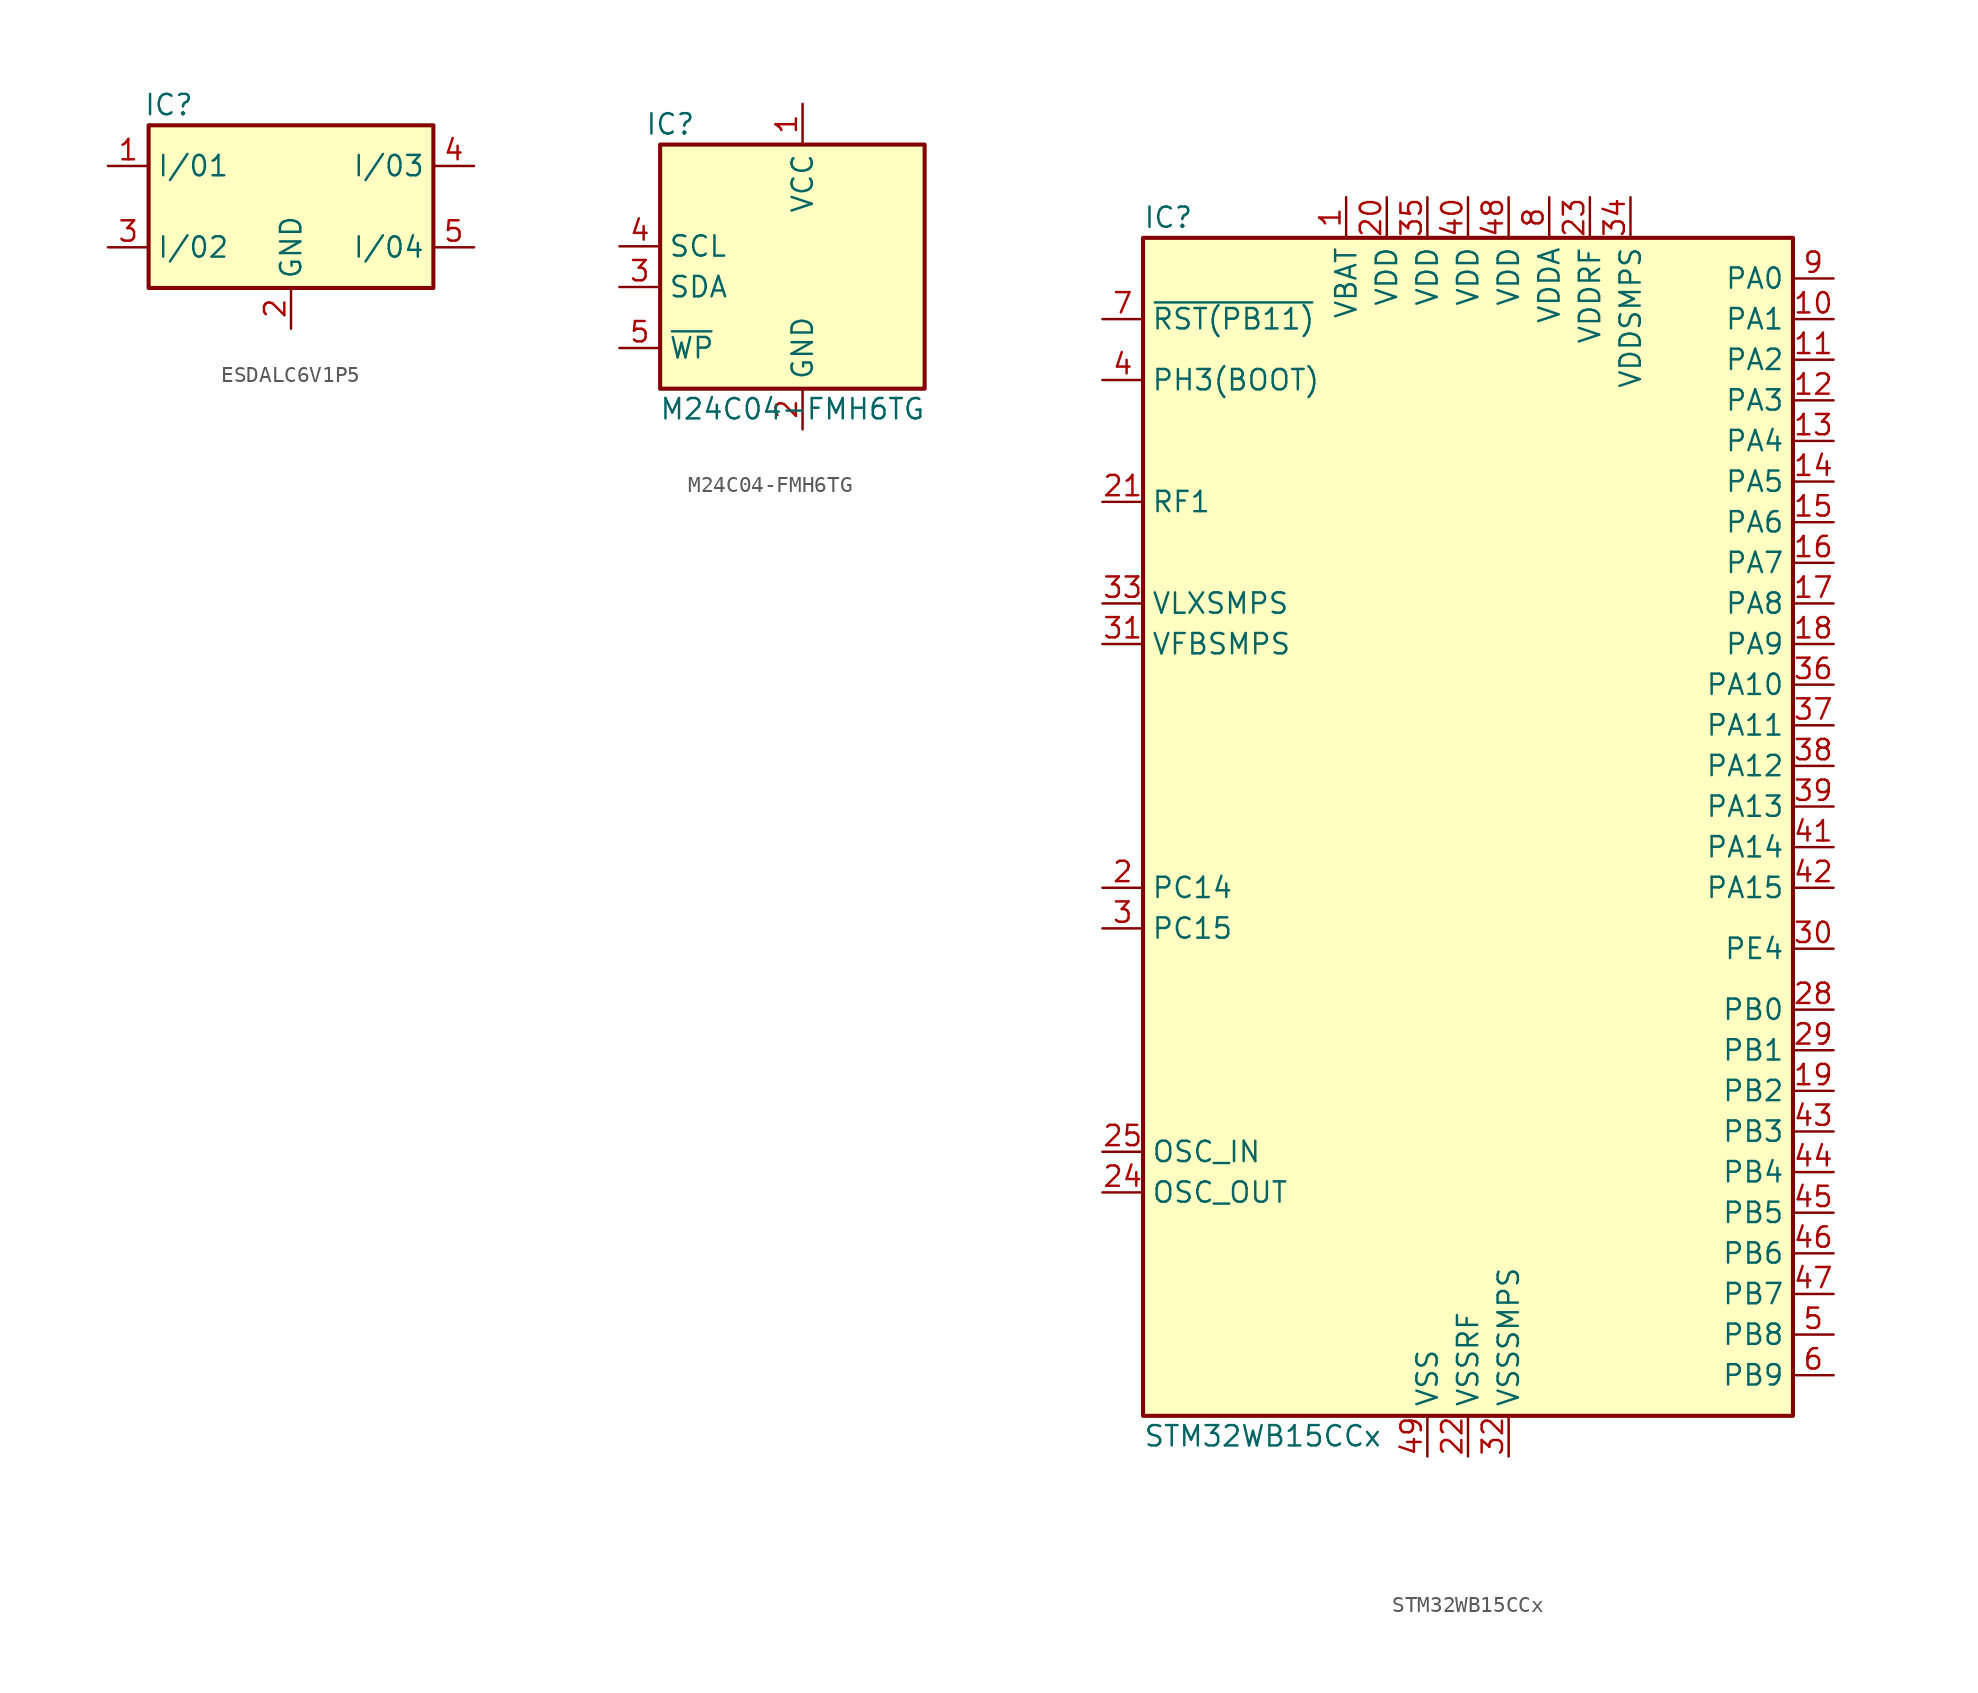
<source format=kicad_sym>
(kicad_symbol_lib
  (version 20231120)
  (generator "kicad_symbol_editor")
  (generator_version "8.0")
  (symbol "ESDALC6V1P5"
    (property "Reference" "IC"
      (at -7.62 6.35 0)
      (effects (font (size 1.27 1.27))))
    (property "Value" ""
      (at 0 0 0)
      (effects (font (size 1.27 1.27))))
    (symbol "ESDALC6V1P5_1_0"
      (pin bidirectional line (at -11.43 2.54 0) (length 2.54) (name "I/01" (effects (font (size 1.27 1.27)))) (number "1" (effects (font (size 1.27 1.27)))))
      (pin power_in line (at 0 -7.62 90) (length 2.54) (name "GND" (effects (font (size 1.27 1.27)))) (number "2" (effects (font (size 1.27 1.27)))))
      (pin bidirectional line (at -11.43 -2.54 0) (length 2.54) (name "I/02" (effects (font (size 1.27 1.27)))) (number "3" (effects (font (size 1.27 1.27)))))
      (pin bidirectional line (at 11.43 2.54 180) (length 2.54) (name "I/03" (effects (font (size 1.27 1.27)))) (number "4" (effects (font (size 1.27 1.27)))))
      (pin bidirectional line (at 11.43 -2.54 180) (length 2.54) (name "I/04" (effects (font (size 1.27 1.27)))) (number "5" (effects (font (size 1.27 1.27))))))
    (symbol "ESDALC6V1P5_1_1"
      (polyline (pts (xy -8.89 5.08) (xy 8.89 5.08) (xy 8.89 -5.08) (xy -8.89 -5.08) (xy -8.89 5.08)) (stroke (width 0.254) (type default)) (fill (type background)))))
  (symbol "M24C04-FMH6TG"
    (property "Reference" "IC"
      (at -8.255 8.89 0)
      (effects (font (size 1.27 1.27))))
    (property "Value" "M24C04-FMH6TG"
      (at -0.635 -8.89 0)
      (effects (font (size 1.27 1.27))))
    (symbol "M24C04-FMH6TG_1_0"
      (pin power_in line (at 0 10.16 270) (length 2.54) (name "VCC" (effects (font (size 1.27 1.27)))) (number "1" (effects (font (size 1.27 1.27)))))
      (pin power_in line (at 0 -10.16 90) (length 2.54) (name "GND" (effects (font (size 1.27 1.27)))) (number "2" (effects (font (size 1.27 1.27)))))
      (pin bidirectional line (at -11.43 -1.27 0) (length 2.54) (name "SDA" (effects (font (size 1.27 1.27)))) (number "3" (effects (font (size 1.27 1.27)))))
      (pin input line (at -11.43 1.27 0) (length 2.54) (name "SCL" (effects (font (size 1.27 1.27)))) (number "4" (effects (font (size 1.27 1.27)))))
      (pin input line (at -11.43 -5.08 0) (length 2.54) (name "~{WP}" (effects (font (size 1.27 1.27)))) (number "5" (effects (font (size 1.27 1.27))))))
    (symbol "M24C04-FMH6TG_1_1"
      (rectangle (start -8.89 7.62) (end 7.62 -7.62) (stroke (width 0.254) (type default)) (fill (type background)))))
  (symbol "STM32WB15CCx"
    (property "Reference" "IC"
      (at -20.32 39.37 0)
      (effects (font (size 1.27 1.27)) (justify left)))
    (property "Value" "STM32WB15CCx"
      (at -20.32 -36.83 0)
      (effects (font (size 1.27 1.27)) (justify left)))
    (symbol "STM32WB15CCx_0_1"
      (rectangle (start -20.32 38.1) (end 20.32 -35.56) (stroke (width 0.254) (type default)) (fill (type background))))
    (symbol "STM32WB15CCx_1_1"
      (pin power_in line (at -7.62 40.64 270) (length 2.54) (name "VBAT" (effects (font (size 1.27 1.27)))) (number "1" (effects (font (size 1.27 1.27)))))
      (pin bidirectional line (at 22.86 33.02 180) (length 2.54) (name "PA1" (effects (font (size 1.27 1.27)))) (number "10" (effects (font (size 1.27 1.27)))) (alternate "ADC1_IN6" bidirectional line) (alternate "COMP1_INP" bidirectional line) (alternate "I2C1_SMBA" bidirectional line) (alternate "SPI1_SCK" bidirectional line) (alternate "TIM2_CH2" bidirectional line))
      (pin bidirectional line (at 22.86 30.48 180) (length 2.54) (name "PA2" (effects (font (size 1.27 1.27)))) (number "11" (effects (font (size 1.27 1.27)))) (alternate "ADC1_IN7" bidirectional line) (alternate "LPUART1_TX" bidirectional line) (alternate "RCC_LSCO" bidirectional line) (alternate "SYS_WKUP4" bidirectional line) (alternate "TIM2_CH3" bidirectional line))
      (pin bidirectional line (at 22.86 27.94 180) (length 2.54) (name "PA3" (effects (font (size 1.27 1.27)))) (number "12" (effects (font (size 1.27 1.27)))) (alternate "ADC1_IN8" bidirectional line) (alternate "LPUART1_RX" bidirectional line) (alternate "TIM2_CH4" bidirectional line))
      (pin bidirectional line (at 22.86 25.4 180) (length 2.54) (name "PA4" (effects (font (size 1.27 1.27)))) (number "13" (effects (font (size 1.27 1.27)))) (alternate "ADC1_IN9" bidirectional line) (alternate "COMP1_INM" bidirectional line) (alternate "LPTIM2_OUT" bidirectional line) (alternate "SPI1_NSS" bidirectional line))
      (pin bidirectional line (at 22.86 22.86 180) (length 2.54) (name "PA5" (effects (font (size 1.27 1.27)))) (number "14" (effects (font (size 1.27 1.27)))) (alternate "ADC1_IN10" bidirectional line) (alternate "COMP1_INM" bidirectional line) (alternate "LPTIM2_ETR" bidirectional line) (alternate "SPI1_MOSI" bidirectional line) (alternate "SPI1_SCK" bidirectional line) (alternate "TIM2_CH1" bidirectional line) (alternate "TIM2_ETR" bidirectional line))
      (pin bidirectional line (at 22.86 20.32 180) (length 2.54) (name "PA6" (effects (font (size 1.27 1.27)))) (number "15" (effects (font (size 1.27 1.27)))) (alternate "ADC1_IN11" bidirectional line) (alternate "LPUART1_CTS" bidirectional line) (alternate "SPI1_MISO" bidirectional line) (alternate "TIM1_BKIN" bidirectional line))
      (pin bidirectional line (at 22.86 17.78 180) (length 2.54) (name "PA7" (effects (font (size 1.27 1.27)))) (number "16" (effects (font (size 1.27 1.27)))) (alternate "ADC1_IN2" bidirectional line) (alternate "SPI1_MOSI" bidirectional line) (alternate "TIM1_CH1N" bidirectional line))
      (pin bidirectional line (at 22.86 15.24 180) (length 2.54) (name "PA8" (effects (font (size 1.27 1.27)))) (number "17" (effects (font (size 1.27 1.27)))) (alternate "ADC1_IN3" bidirectional line) (alternate "LPTIM2_OUT" bidirectional line) (alternate "RCC_MCO" bidirectional line) (alternate "TIM1_CH1" bidirectional line) (alternate "USART1_CK" bidirectional line))
      (pin bidirectional line (at 22.86 12.7 180) (length 2.54) (name "PA9" (effects (font (size 1.27 1.27)))) (number "18" (effects (font (size 1.27 1.27)))) (alternate "ADC1_IN4" bidirectional line) (alternate "COMP1_INM" bidirectional line) (alternate "I2C1_SCL" bidirectional line) (alternate "TIM1_CH2" bidirectional line) (alternate "USART1_TX" bidirectional line))
      (pin bidirectional line (at 22.86 -15.24 180) (length 2.54) (name "PB2" (effects (font (size 1.27 1.27)))) (number "19" (effects (font (size 1.27 1.27)))) (alternate "COMP1_INP" bidirectional line) (alternate "LPTIM1_OUT" bidirectional line) (alternate "RTC_OUT" bidirectional line) (alternate "SPI1_NSS" bidirectional line))
      (pin bidirectional line (at -22.86 -2.54 0) (length 2.54) (name "PC14" (effects (font (size 1.27 1.27)))) (number "2" (effects (font (size 1.27 1.27)))) (alternate "RCC_OSC32_IN" bidirectional line))
      (pin power_in line (at -5.08 40.64 270) (length 2.54) (name "VDD" (effects (font (size 1.27 1.27)))) (number "20" (effects (font (size 1.27 1.27)))))
      (pin bidirectional line (at -22.86 21.59 0) (length 2.54) (name "RF1" (effects (font (size 1.27 1.27)))) (number "21" (effects (font (size 1.27 1.27)))) (alternate "RF_RF1" bidirectional line))
      (pin passive line (at 0 -38.1 90) (length 2.54) (name "VSSRF" (effects (font (size 1.27 1.27)))) (number "22" (effects (font (size 1.27 1.27)))))
      (pin power_in line (at 7.62 40.64 270) (length 2.54) (name "VDDRF" (effects (font (size 1.27 1.27)))) (number "23" (effects (font (size 1.27 1.27)))))
      (pin input line (at -22.86 -21.59 0) (length 2.54) (name "OSC_OUT" (effects (font (size 1.27 1.27)))) (number "24" (effects (font (size 1.27 1.27)))) (alternate "RCC_OSC_OUT" bidirectional line))
      (pin input line (at -22.86 -19.05 0) (length 2.54) (name "OSC_IN" (effects (font (size 1.27 1.27)))) (number "25" (effects (font (size 1.27 1.27)))) (alternate "RCC_OSC_IN" bidirectional line))
      (pin no_connect line (at -20.32 -35.56 0) (length 2.54) hide (name "AT0" (effects (font (size 1.27 1.27)))) (number "26" (effects (font (size 1.27 1.27)))))
      (pin no_connect line (at -20.32 -33.02 0) (length 2.54) hide (name "AT1" (effects (font (size 1.27 1.27)))) (number "27" (effects (font (size 1.27 1.27)))))
      (pin bidirectional line (at 22.86 -10.16 180) (length 2.54) (name "PB0" (effects (font (size 1.27 1.27)))) (number "28" (effects (font (size 1.27 1.27)))) (alternate "COMP1_OUT" bidirectional line) (alternate "RF_TX_MOD_EXT_PA" bidirectional line))
      (pin bidirectional line (at 22.86 -12.7 180) (length 2.54) (name "PB1" (effects (font (size 1.27 1.27)))) (number "29" (effects (font (size 1.27 1.27)))) (alternate "LPTIM2_IN1" bidirectional line) (alternate "LPUART1_DE" bidirectional line) (alternate "LPUART1_RTS" bidirectional line))
      (pin bidirectional line (at -22.86 -5.08 0) (length 2.54) (name "PC15" (effects (font (size 1.27 1.27)))) (number "3" (effects (font (size 1.27 1.27)))) (alternate "RCC_OSC32_OUT" bidirectional line))
      (pin bidirectional line (at 22.86 -6.35 180) (length 2.54) (name "PE4" (effects (font (size 1.27 1.27)))) (number "30" (effects (font (size 1.27 1.27)))))
      (pin input line (at -22.86 12.7 0) (length 2.54) (name "VFBSMPS" (effects (font (size 1.27 1.27)))) (number "31" (effects (font (size 1.27 1.27)))))
      (pin passive line (at 2.54 -38.1 90) (length 2.54) (name "VSSSMPS" (effects (font (size 1.27 1.27)))) (number "32" (effects (font (size 1.27 1.27)))))
      (pin power_in line (at -22.86 15.24 0) (length 2.54) (name "VLXSMPS" (effects (font (size 1.27 1.27)))) (number "33" (effects (font (size 1.27 1.27)))))
      (pin power_in line (at 10.16 40.64 270) (length 2.54) (name "VDDSMPS" (effects (font (size 1.27 1.27)))) (number "34" (effects (font (size 1.27 1.27)))))
      (pin power_in line (at -2.54 40.64 270) (length 2.54) (name "VDD" (effects (font (size 1.27 1.27)))) (number "35" (effects (font (size 1.27 1.27)))))
      (pin bidirectional line (at 22.86 10.16 180) (length 2.54) (name "PA10" (effects (font (size 1.27 1.27)))) (number "36" (effects (font (size 1.27 1.27)))) (alternate "I2C1_SDA" bidirectional line) (alternate "TIM1_CH3" bidirectional line) (alternate "TSC_G7_IO2" bidirectional line) (alternate "USART1_RX" bidirectional line))
      (pin bidirectional line (at 22.86 7.62 180) (length 2.54) (name "PA11" (effects (font (size 1.27 1.27)))) (number "37" (effects (font (size 1.27 1.27)))) (alternate "ADC1_EXTI11" bidirectional line) (alternate "SPI1_MISO" bidirectional line) (alternate "TIM1_BKIN2" bidirectional line) (alternate "TIM1_CH4" bidirectional line) (alternate "USART1_CTS" bidirectional line) (alternate "USART1_NSS" bidirectional line))
      (pin bidirectional line (at 22.86 5.08 180) (length 2.54) (name "PA12" (effects (font (size 1.27 1.27)))) (number "38" (effects (font (size 1.27 1.27)))) (alternate "LPUART1_RX" bidirectional line) (alternate "SPI1_MOSI" bidirectional line) (alternate "TIM1_ETR" bidirectional line) (alternate "USART1_DE" bidirectional line) (alternate "USART1_RTS" bidirectional line))
      (pin bidirectional line (at 22.86 2.54 180) (length 2.54) (name "PA13" (effects (font (size 1.27 1.27)))) (number "39" (effects (font (size 1.27 1.27)))) (alternate "SPI1_MOSI" bidirectional line) (alternate "SYS_JTMS-SWDIO" bidirectional line) (alternate "TSC_G7_IO1" bidirectional line))
      (pin bidirectional line (at -22.86 29.21 0) (length 2.54) (name "PH3(BOOT)" (effects (font (size 1.27 1.27)))) (number "4" (effects (font (size 1.27 1.27)))) (alternate "RCC_LSCO" bidirectional line))
      (pin power_in line (at 0 40.64 270) (length 2.54) (name "VDD" (effects (font (size 1.27 1.27)))) (number "40" (effects (font (size 1.27 1.27)))))
      (pin bidirectional line (at 22.86 0 180) (length 2.54) (name "PA14" (effects (font (size 1.27 1.27)))) (number "41" (effects (font (size 1.27 1.27)))) (alternate "I2C1_SMBA" bidirectional line) (alternate "LPTIM1_OUT" bidirectional line) (alternate "SPI1_NSS" bidirectional line) (alternate "SYS_JTCK-SWCLK" bidirectional line))
      (pin bidirectional line (at 22.86 -2.54 180) (length 2.54) (name "PA15" (effects (font (size 1.27 1.27)))) (number "42" (effects (font (size 1.27 1.27)))) (alternate "RCC_MCO" bidirectional line) (alternate "SPI1_NSS" bidirectional line) (alternate "SYS_JTDI" bidirectional line) (alternate "TIM2_CH1" bidirectional line) (alternate "TIM2_ETR" bidirectional line))
      (pin bidirectional line (at 22.86 -17.78 180) (length 2.54) (name "PB3" (effects (font (size 1.27 1.27)))) (number "43" (effects (font (size 1.27 1.27)))) (alternate "SPI1_SCK" bidirectional line) (alternate "SYS_JTDO-SWO" bidirectional line) (alternate "TIM2_CH2" bidirectional line) (alternate "USART1_DE" bidirectional line) (alternate "USART1_RTS" bidirectional line))
      (pin bidirectional line (at 22.86 -20.32 180) (length 2.54) (name "PB4" (effects (font (size 1.27 1.27)))) (number "44" (effects (font (size 1.27 1.27)))) (alternate "SPI1_MISO" bidirectional line) (alternate "SYS_JTRST" bidirectional line) (alternate "TSC_G2_IO1" bidirectional line) (alternate "USART1_CTS" bidirectional line) (alternate "USART1_NSS" bidirectional line))
      (pin bidirectional line (at 22.86 -22.86 180) (length 2.54) (name "PB5" (effects (font (size 1.27 1.27)))) (number "45" (effects (font (size 1.27 1.27)))) (alternate "I2C1_SMBA" bidirectional line) (alternate "LPTIM1_IN1" bidirectional line) (alternate "LPUART1_TX" bidirectional line) (alternate "SPI1_MOSI" bidirectional line) (alternate "TSC_G2_IO2" bidirectional line) (alternate "USART1_CK" bidirectional line))
      (pin bidirectional line (at 22.86 -25.4 180) (length 2.54) (name "PB6" (effects (font (size 1.27 1.27)))) (number "46" (effects (font (size 1.27 1.27)))) (alternate "I2C1_SCL" bidirectional line) (alternate "LPTIM1_ETR" bidirectional line) (alternate "RCC_MCO" bidirectional line) (alternate "SPI1_NSS" bidirectional line) (alternate "TSC_G2_IO3" bidirectional line) (alternate "USART1_TX" bidirectional line))
      (pin bidirectional line (at 22.86 -27.94 180) (length 2.54) (name "PB7" (effects (font (size 1.27 1.27)))) (number "47" (effects (font (size 1.27 1.27)))) (alternate "I2C1_SDA" bidirectional line) (alternate "LPTIM1_IN2" bidirectional line) (alternate "SYS_PVD_IN" bidirectional line) (alternate "TIM1_BKIN" bidirectional line) (alternate "TIM1_CH3" bidirectional line) (alternate "TSC_G2_IO4" bidirectional line) (alternate "USART1_RX" bidirectional line))
      (pin power_in line (at 2.54 40.64 270) (length 2.54) (name "VDD" (effects (font (size 1.27 1.27)))) (number "48" (effects (font (size 1.27 1.27)))))
      (pin passive line (at -2.54 -38.1 90) (length 2.54) (name "VSS" (effects (font (size 1.27 1.27)))) (number "49" (effects (font (size 1.27 1.27)))))
      (pin bidirectional line (at 22.86 -30.48 180) (length 2.54) (name "PB8" (effects (font (size 1.27 1.27)))) (number "5" (effects (font (size 1.27 1.27)))) (alternate "I2C1_SCL" bidirectional line) (alternate "TIM1_CH2N" bidirectional line) (alternate "TSC_G7_IO3" bidirectional line))
      (pin bidirectional line (at 22.86 -33.02 180) (length 2.54) (name "PB9" (effects (font (size 1.27 1.27)))) (number "6" (effects (font (size 1.27 1.27)))) (alternate "I2C1_SDA" bidirectional line) (alternate "TIM1_CH3N" bidirectional line) (alternate "TSC_G7_IO4" bidirectional line))
      (pin input line (at -22.86 33.02 0) (length 2.54) (name "~{RST(PB11)}" (effects (font (size 1.27 1.27)))) (number "7" (effects (font (size 1.27 1.27)))))
      (pin power_in line (at 5.08 40.64 270) (length 2.54) (name "VDDA" (effects (font (size 1.27 1.27)))) (number "8" (effects (font (size 1.27 1.27)))))
      (pin bidirectional line (at 22.86 35.56 180) (length 2.54) (name "PA0" (effects (font (size 1.27 1.27)))) (number "9" (effects (font (size 1.27 1.27)))) (alternate "ADC1_IN5" bidirectional line) (alternate "COMP1_INM" bidirectional line) (alternate "COMP1_OUT" bidirectional line) (alternate "RTC_TAMP2" bidirectional line) (alternate "SYS_WKUP1" bidirectional line) (alternate "TIM2_CH1" bidirectional line) (alternate "TIM2_ETR" bidirectional line)))))
</source>
